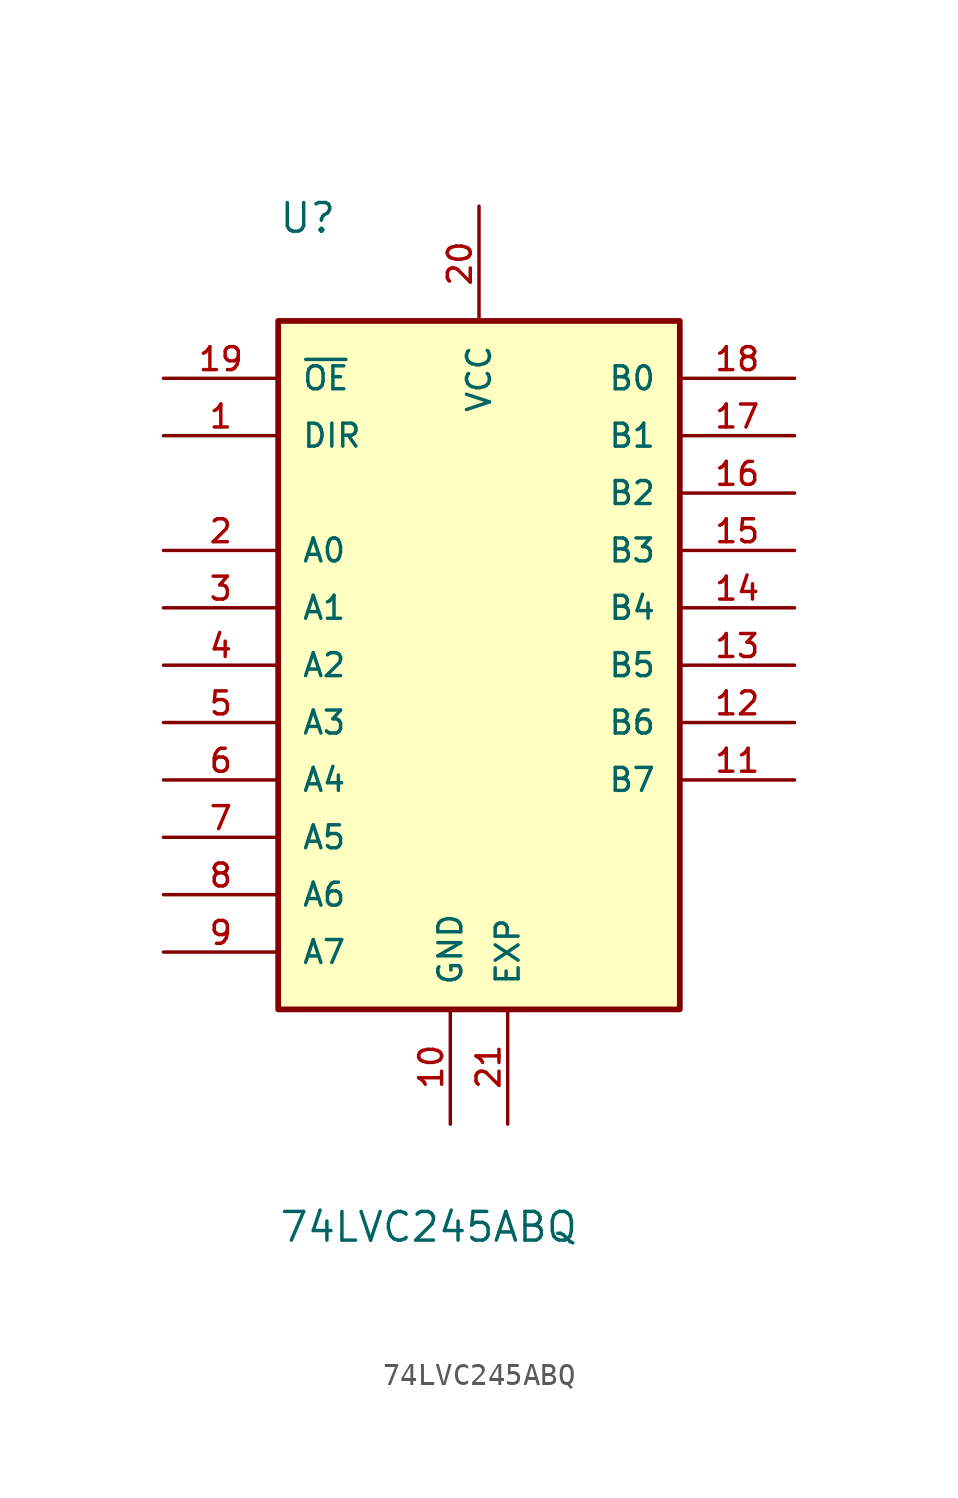
<source format=kicad_sym>
(kicad_symbol_lib
  (version 20220914)
  (generator kicad_symbol_editor)
  (symbol "74LVC245ABQ"
    (pin_names
      (offset 1.016))
    (property "Reference" "U"
      (at -10.16 21.59 0)
      (effects (font (size 1.27 1.27)) (justify left bottom)))
    (property "Value" "74LVC245ABQ"
      (at -10.16 -21.59 0)
      (effects (font (size 1.27 1.27)) (justify left top)))
    (symbol "74LVC245ABQ_0_0"
      (rectangle (start -10.16 17.78) (end 7.62 -12.7) (stroke (width 0.254) (type default)) (fill (type background)))
      (pin input line (at -15.24 12.7 0) (length 5.08) (name "DIR" (effects (font (size 1.016 1.016)))) (number "1" (effects (font (size 1.016 1.016)))))
      (pin power_in line (at -2.54 -17.78 90) (length 5.08) (name "GND" (effects (font (size 1.016 1.016)))) (number "10" (effects (font (size 1.016 1.016)))))
      (pin bidirectional line (at 12.7 -2.54 180) (length 5.08) (name "B7" (effects (font (size 1.016 1.016)))) (number "11" (effects (font (size 1.016 1.016)))))
      (pin bidirectional line (at 12.7 0 180) (length 5.08) (name "B6" (effects (font (size 1.016 1.016)))) (number "12" (effects (font (size 1.016 1.016)))))
      (pin bidirectional line (at 12.7 2.54 180) (length 5.08) (name "B5" (effects (font (size 1.016 1.016)))) (number "13" (effects (font (size 1.016 1.016)))))
      (pin bidirectional line (at 12.7 5.08 180) (length 5.08) (name "B4" (effects (font (size 1.016 1.016)))) (number "14" (effects (font (size 1.016 1.016)))))
      (pin bidirectional line (at 12.7 7.62 180) (length 5.08) (name "B3" (effects (font (size 1.016 1.016)))) (number "15" (effects (font (size 1.016 1.016)))))
      (pin bidirectional line (at 12.7 10.16 180) (length 5.08) (name "B2" (effects (font (size 1.016 1.016)))) (number "16" (effects (font (size 1.016 1.016)))))
      (pin bidirectional line (at 12.7 12.7 180) (length 5.08) (name "B1" (effects (font (size 1.016 1.016)))) (number "17" (effects (font (size 1.016 1.016)))))
      (pin bidirectional line (at 12.7 15.24 180) (length 5.08) (name "B0" (effects (font (size 1.016 1.016)))) (number "18" (effects (font (size 1.016 1.016)))))
      (pin input line (at -15.24 15.24 0) (length 5.08) (name "~{OE}" (effects (font (size 1.016 1.016)))) (number "19" (effects (font (size 1.016 1.016)))))
      (pin bidirectional line (at -15.24 7.62 0) (length 5.08) (name "A0" (effects (font (size 1.016 1.016)))) (number "2" (effects (font (size 1.016 1.016)))))
      (pin power_in line (at -1.27 22.86 270) (length 5.08) (name "VCC" (effects (font (size 1.016 1.016)))) (number "20" (effects (font (size 1.016 1.016)))))
      (pin power_in line (at 0 -17.78 90) (length 5.08) (name "EXP" (effects (font (size 1.016 1.016)))) (number "21" (effects (font (size 1.016 1.016)))))
      (pin bidirectional line (at -15.24 5.08 0) (length 5.08) (name "A1" (effects (font (size 1.016 1.016)))) (number "3" (effects (font (size 1.016 1.016)))))
      (pin bidirectional line (at -15.24 2.54 0) (length 5.08) (name "A2" (effects (font (size 1.016 1.016)))) (number "4" (effects (font (size 1.016 1.016)))))
      (pin bidirectional line (at -15.24 0 0) (length 5.08) (name "A3" (effects (font (size 1.016 1.016)))) (number "5" (effects (font (size 1.016 1.016)))))
      (pin bidirectional line (at -15.24 -2.54 0) (length 5.08) (name "A4" (effects (font (size 1.016 1.016)))) (number "6" (effects (font (size 1.016 1.016)))))
      (pin bidirectional line (at -15.24 -5.08 0) (length 5.08) (name "A5" (effects (font (size 1.016 1.016)))) (number "7" (effects (font (size 1.016 1.016)))))
      (pin bidirectional line (at -15.24 -7.62 0) (length 5.08) (name "A6" (effects (font (size 1.016 1.016)))) (number "8" (effects (font (size 1.016 1.016)))))
      (pin bidirectional line (at -15.24 -10.16 0) (length 5.08) (name "A7" (effects (font (size 1.016 1.016)))) (number "9" (effects (font (size 1.016 1.016))))))))
</source>
